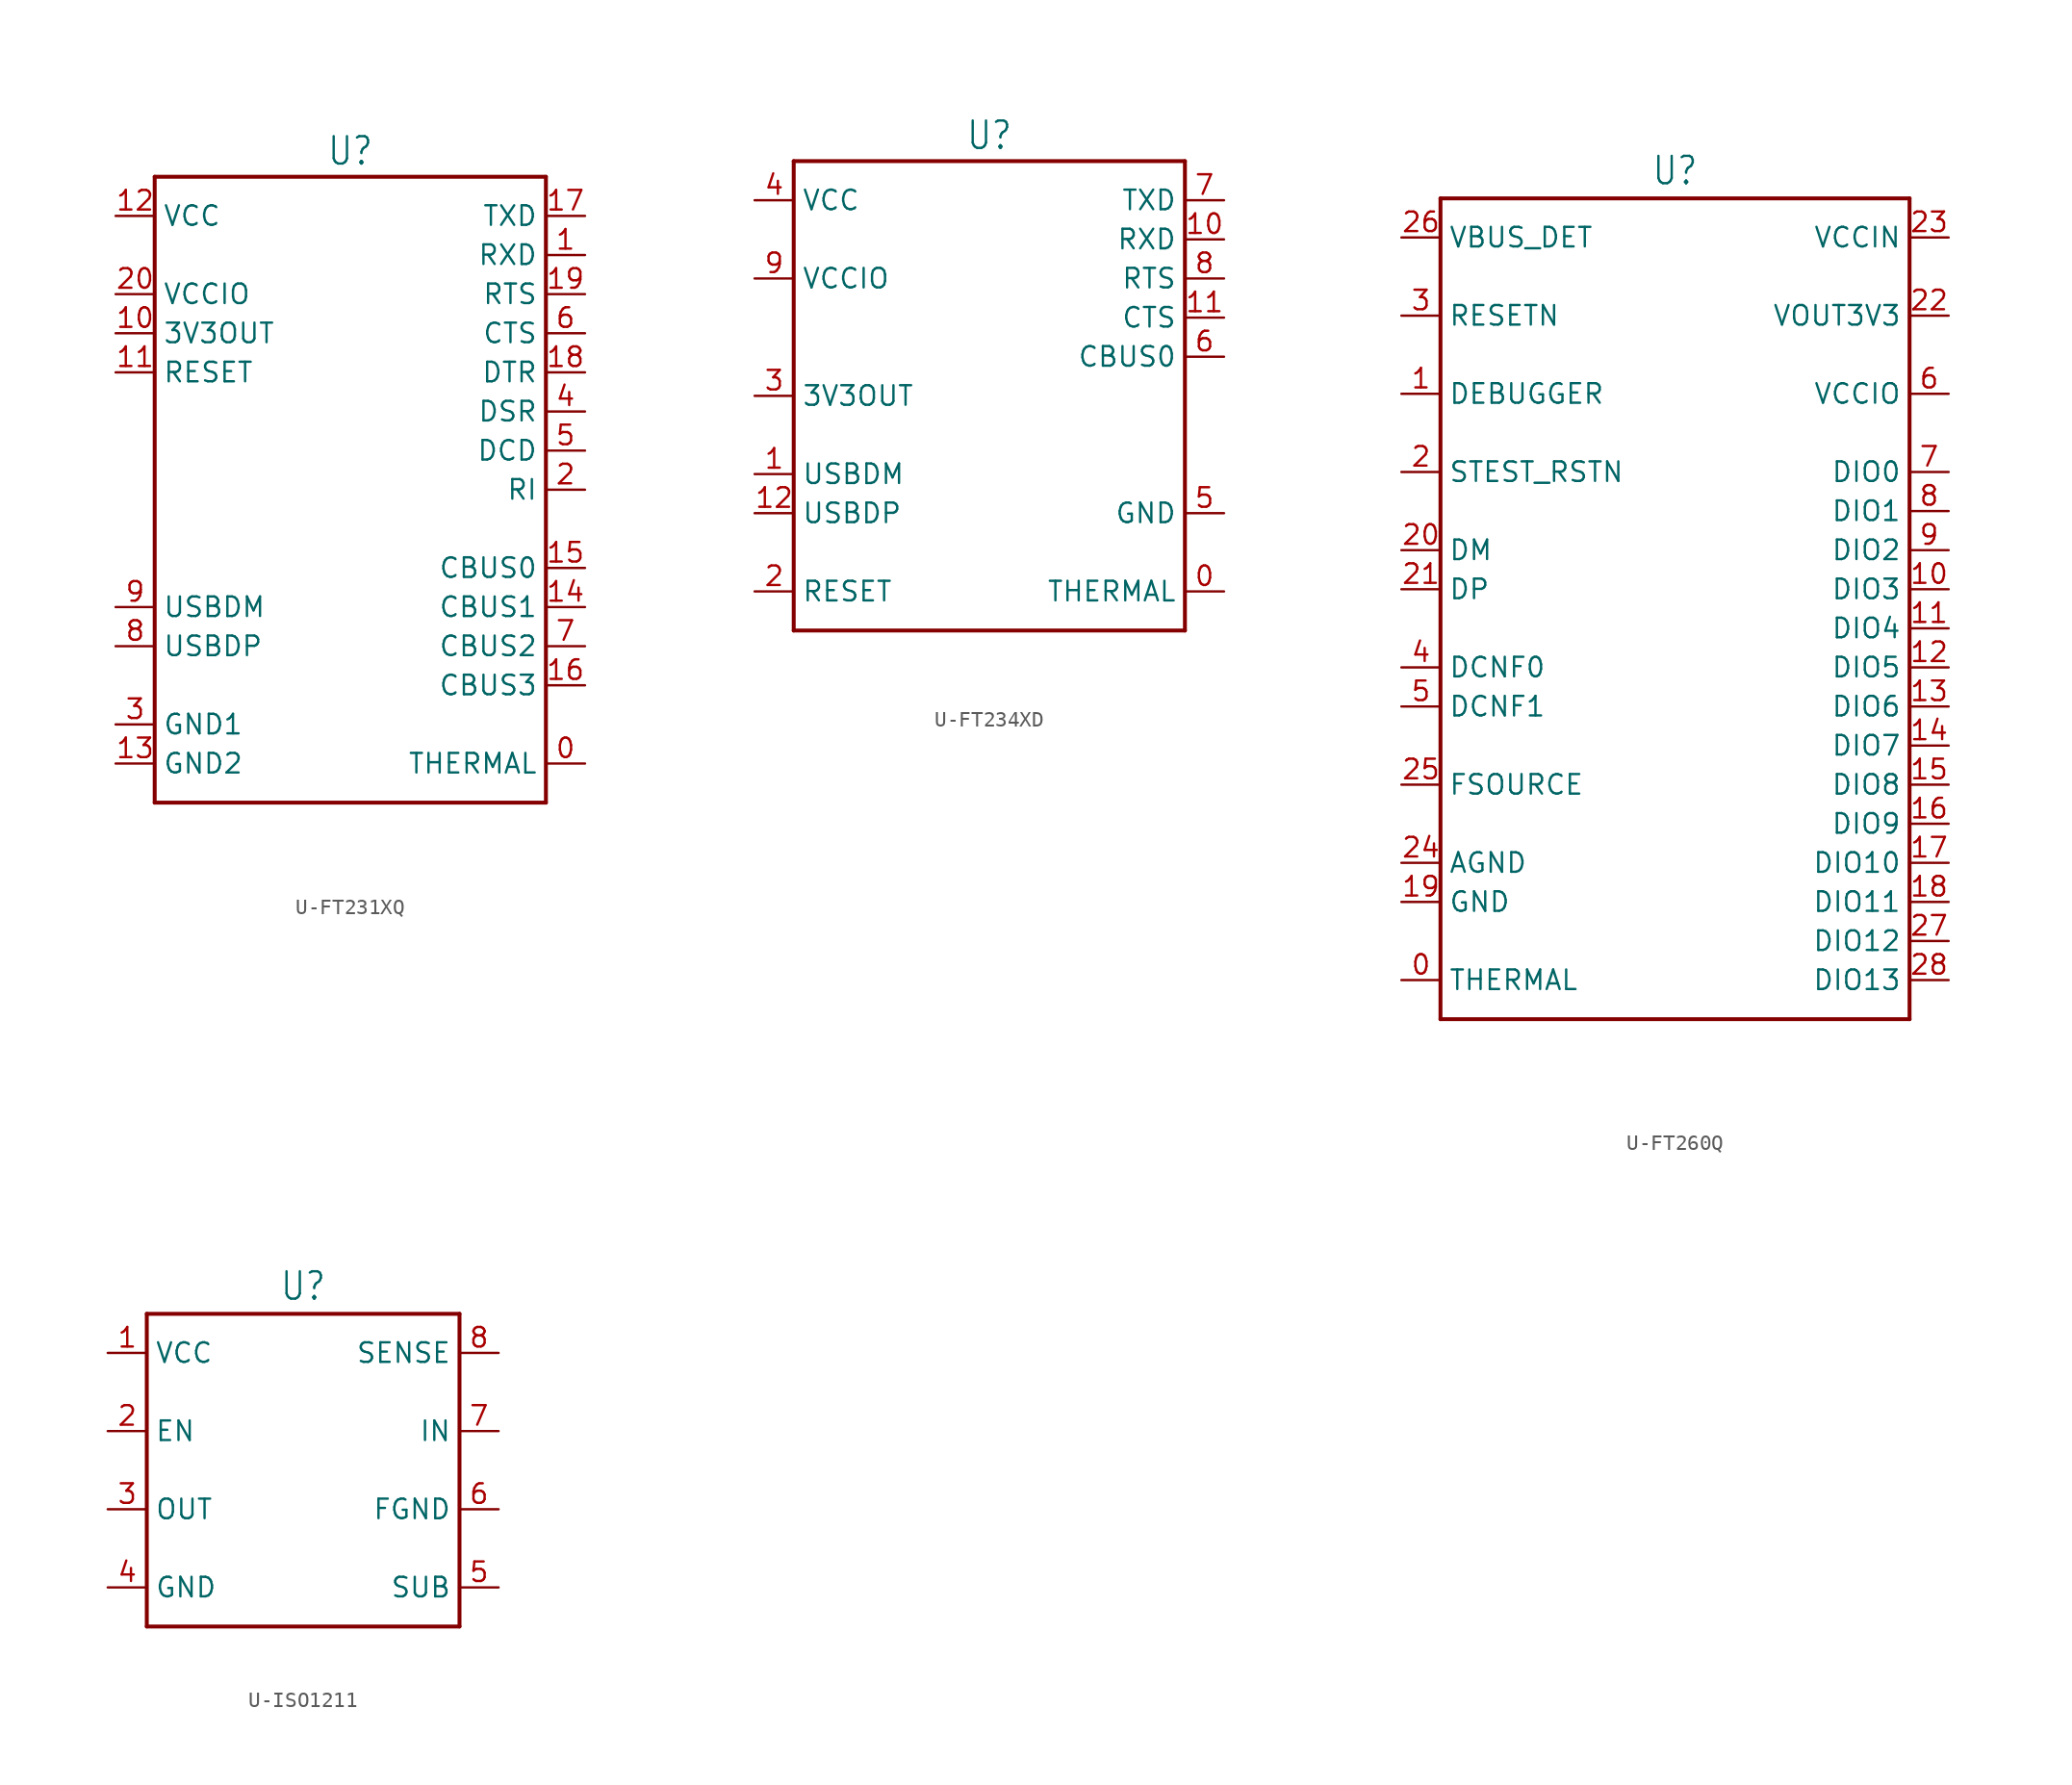
<source format=kicad_sym>
(kicad_symbol_lib
  (version 20231120)
  (generator "kicad_symbol_editor")
  (generator_version "8.0")
  (symbol "U-FT231XQ"
    (property "Reference" "U"
      (at 0 20.955 0)
      (effects (font (size 1.778 1.511)) (justify bottom)))
    (property "Value" ""
      (at 0 -21.082 0)
      (effects (font (size 1.778 1.511)) (justify top)))
    (property "ki_locked" ""
      (at 0 0 0)
      (effects (font (size 1.27 1.27))))
    (symbol "U-FT231XQ_1_0"
      (polyline (pts (xy -12.7 -20.32) (xy -12.7 20.32)) (stroke (width 0.254) (type solid)) (fill (type none)))
      (polyline (pts (xy -12.7 20.32) (xy 12.7 20.32)) (stroke (width 0.254) (type solid)) (fill (type none)))
      (polyline (pts (xy 12.7 -20.32) (xy -12.7 -20.32)) (stroke (width 0.254) (type solid)) (fill (type none)))
      (polyline (pts (xy 12.7 20.32) (xy 12.7 -20.32)) (stroke (width 0.254) (type solid)) (fill (type none)))
      (pin passive line (at 15.24 -17.78 180) (length 2.54) (name "THERMAL" (effects (font (size 1.27 1.27)))) (number "0" (effects (font (size 1.27 1.27)))))
      (pin passive line (at 15.24 15.24 180) (length 2.54) (name "RXD" (effects (font (size 1.27 1.27)))) (number "1" (effects (font (size 1.27 1.27)))))
      (pin passive line (at -15.24 10.16 0) (length 2.54) (name "3V3OUT" (effects (font (size 1.27 1.27)))) (number "10" (effects (font (size 1.27 1.27)))))
      (pin passive line (at -15.24 7.62 0) (length 2.54) (name "RESET" (effects (font (size 1.27 1.27)))) (number "11" (effects (font (size 1.27 1.27)))))
      (pin passive line (at -15.24 17.78 0) (length 2.54) (name "VCC" (effects (font (size 1.27 1.27)))) (number "12" (effects (font (size 1.27 1.27)))))
      (pin passive line (at -15.24 -17.78 0) (length 2.54) (name "GND2" (effects (font (size 1.27 1.27)))) (number "13" (effects (font (size 1.27 1.27)))))
      (pin passive line (at 15.24 -7.62 180) (length 2.54) (name "CBUS1" (effects (font (size 1.27 1.27)))) (number "14" (effects (font (size 1.27 1.27)))))
      (pin passive line (at 15.24 -5.08 180) (length 2.54) (name "CBUS0" (effects (font (size 1.27 1.27)))) (number "15" (effects (font (size 1.27 1.27)))))
      (pin passive line (at 15.24 -12.7 180) (length 2.54) (name "CBUS3" (effects (font (size 1.27 1.27)))) (number "16" (effects (font (size 1.27 1.27)))))
      (pin passive line (at 15.24 17.78 180) (length 2.54) (name "TXD" (effects (font (size 1.27 1.27)))) (number "17" (effects (font (size 1.27 1.27)))))
      (pin passive line (at 15.24 7.62 180) (length 2.54) (name "DTR" (effects (font (size 1.27 1.27)))) (number "18" (effects (font (size 1.27 1.27)))))
      (pin passive line (at 15.24 12.7 180) (length 2.54) (name "RTS" (effects (font (size 1.27 1.27)))) (number "19" (effects (font (size 1.27 1.27)))))
      (pin passive line (at 15.24 0 180) (length 2.54) (name "RI" (effects (font (size 1.27 1.27)))) (number "2" (effects (font (size 1.27 1.27)))))
      (pin passive line (at -15.24 12.7 0) (length 2.54) (name "VCCIO" (effects (font (size 1.27 1.27)))) (number "20" (effects (font (size 1.27 1.27)))))
      (pin passive line (at -15.24 -15.24 0) (length 2.54) (name "GND1" (effects (font (size 1.27 1.27)))) (number "3" (effects (font (size 1.27 1.27)))))
      (pin passive line (at 15.24 5.08 180) (length 2.54) (name "DSR" (effects (font (size 1.27 1.27)))) (number "4" (effects (font (size 1.27 1.27)))))
      (pin passive line (at 15.24 2.54 180) (length 2.54) (name "DCD" (effects (font (size 1.27 1.27)))) (number "5" (effects (font (size 1.27 1.27)))))
      (pin passive line (at 15.24 10.16 180) (length 2.54) (name "CTS" (effects (font (size 1.27 1.27)))) (number "6" (effects (font (size 1.27 1.27)))))
      (pin passive line (at 15.24 -10.16 180) (length 2.54) (name "CBUS2" (effects (font (size 1.27 1.27)))) (number "7" (effects (font (size 1.27 1.27)))))
      (pin passive line (at -15.24 -10.16 0) (length 2.54) (name "USBDP" (effects (font (size 1.27 1.27)))) (number "8" (effects (font (size 1.27 1.27)))))
      (pin passive line (at -15.24 -7.62 0) (length 2.54) (name "USBDM" (effects (font (size 1.27 1.27)))) (number "9" (effects (font (size 1.27 1.27)))))))
  (symbol "U-FT234XD"
    (property "Reference" "U"
      (at 0 15.875 0)
      (effects (font (size 1.778 1.511)) (justify bottom)))
    (property "Value" ""
      (at 0 -16.002 0)
      (effects (font (size 1.778 1.511)) (justify top)))
    (property "ki_locked" ""
      (at 0 0 0)
      (effects (font (size 1.27 1.27))))
    (symbol "U-FT234XD_1_0"
      (polyline (pts (xy -12.7 -15.24) (xy -12.7 15.24)) (stroke (width 0.254) (type solid)) (fill (type none)))
      (polyline (pts (xy -12.7 15.24) (xy 12.7 15.24)) (stroke (width 0.254) (type solid)) (fill (type none)))
      (polyline (pts (xy 12.7 -15.24) (xy -12.7 -15.24)) (stroke (width 0.254) (type solid)) (fill (type none)))
      (polyline (pts (xy 12.7 15.24) (xy 12.7 -15.24)) (stroke (width 0.254) (type solid)) (fill (type none)))
      (pin passive line (at 15.24 -12.7 180) (length 2.54) (name "THERMAL" (effects (font (size 1.27 1.27)))) (number "0" (effects (font (size 1.27 1.27)))))
      (pin passive line (at -15.24 -5.08 0) (length 2.54) (name "USBDM" (effects (font (size 1.27 1.27)))) (number "1" (effects (font (size 1.27 1.27)))))
      (pin passive line (at 15.24 10.16 180) (length 2.54) (name "RXD" (effects (font (size 1.27 1.27)))) (number "10" (effects (font (size 1.27 1.27)))))
      (pin passive line (at 15.24 5.08 180) (length 2.54) (name "CTS" (effects (font (size 1.27 1.27)))) (number "11" (effects (font (size 1.27 1.27)))))
      (pin passive line (at -15.24 -7.62 0) (length 2.54) (name "USBDP" (effects (font (size 1.27 1.27)))) (number "12" (effects (font (size 1.27 1.27)))))
      (pin passive line (at -15.24 -12.7 0) (length 2.54) (name "RESET" (effects (font (size 1.27 1.27)))) (number "2" (effects (font (size 1.27 1.27)))))
      (pin passive line (at -15.24 0 0) (length 2.54) (name "3V3OUT" (effects (font (size 1.27 1.27)))) (number "3" (effects (font (size 1.27 1.27)))))
      (pin passive line (at -15.24 12.7 0) (length 2.54) (name "VCC" (effects (font (size 1.27 1.27)))) (number "4" (effects (font (size 1.27 1.27)))))
      (pin passive line (at 15.24 -7.62 180) (length 2.54) (name "GND" (effects (font (size 1.27 1.27)))) (number "5" (effects (font (size 1.27 1.27)))))
      (pin passive line (at 15.24 2.54 180) (length 2.54) (name "CBUS0" (effects (font (size 1.27 1.27)))) (number "6" (effects (font (size 1.27 1.27)))))
      (pin passive line (at 15.24 12.7 180) (length 2.54) (name "TXD" (effects (font (size 1.27 1.27)))) (number "7" (effects (font (size 1.27 1.27)))))
      (pin passive line (at 15.24 7.62 180) (length 2.54) (name "RTS" (effects (font (size 1.27 1.27)))) (number "8" (effects (font (size 1.27 1.27)))))
      (pin passive line (at -15.24 7.62 0) (length 2.54) (name "VCCIO" (effects (font (size 1.27 1.27)))) (number "9" (effects (font (size 1.27 1.27)))))))
  (symbol "U-FT260Q"
    (property "Reference" "U"
      (at 0 26.162 0)
      (effects (font (size 1.778 1.511)) (justify bottom)))
    (property "Value" ""
      (at 0 -28.702 0)
      (effects (font (size 1.778 1.511)) (justify top)))
    (property "ki_locked" ""
      (at 0 0 0)
      (effects (font (size 1.27 1.27))))
    (symbol "U-FT260Q_1_0"
      (polyline (pts (xy -15.24 -27.94) (xy -15.24 25.4)) (stroke (width 0.254) (type solid)) (fill (type none)))
      (polyline (pts (xy -15.24 25.4) (xy 15.24 25.4)) (stroke (width 0.254) (type solid)) (fill (type none)))
      (polyline (pts (xy 15.24 -27.94) (xy -15.24 -27.94)) (stroke (width 0.254) (type solid)) (fill (type none)))
      (polyline (pts (xy 15.24 25.4) (xy 15.24 -27.94)) (stroke (width 0.254) (type solid)) (fill (type none)))
      (pin passive line (at -17.78 -25.4 0) (length 2.54) (name "THERMAL" (effects (font (size 1.27 1.27)))) (number "0" (effects (font (size 1.27 1.27)))))
      (pin passive line (at -17.78 12.7 0) (length 2.54) (name "DEBUGGER" (effects (font (size 1.27 1.27)))) (number "1" (effects (font (size 1.27 1.27)))))
      (pin passive line (at 17.78 0 180) (length 2.54) (name "DIO3" (effects (font (size 1.27 1.27)))) (number "10" (effects (font (size 1.27 1.27)))))
      (pin passive line (at 17.78 -2.54 180) (length 2.54) (name "DIO4" (effects (font (size 1.27 1.27)))) (number "11" (effects (font (size 1.27 1.27)))))
      (pin passive line (at 17.78 -5.08 180) (length 2.54) (name "DIO5" (effects (font (size 1.27 1.27)))) (number "12" (effects (font (size 1.27 1.27)))))
      (pin passive line (at 17.78 -7.62 180) (length 2.54) (name "DIO6" (effects (font (size 1.27 1.27)))) (number "13" (effects (font (size 1.27 1.27)))))
      (pin passive line (at 17.78 -10.16 180) (length 2.54) (name "DIO7" (effects (font (size 1.27 1.27)))) (number "14" (effects (font (size 1.27 1.27)))))
      (pin passive line (at 17.78 -12.7 180) (length 2.54) (name "DIO8" (effects (font (size 1.27 1.27)))) (number "15" (effects (font (size 1.27 1.27)))))
      (pin passive line (at 17.78 -15.24 180) (length 2.54) (name "DIO9" (effects (font (size 1.27 1.27)))) (number "16" (effects (font (size 1.27 1.27)))))
      (pin passive line (at 17.78 -17.78 180) (length 2.54) (name "DIO10" (effects (font (size 1.27 1.27)))) (number "17" (effects (font (size 1.27 1.27)))))
      (pin passive line (at 17.78 -20.32 180) (length 2.54) (name "DIO11" (effects (font (size 1.27 1.27)))) (number "18" (effects (font (size 1.27 1.27)))))
      (pin passive line (at -17.78 -20.32 0) (length 2.54) (name "GND" (effects (font (size 1.27 1.27)))) (number "19" (effects (font (size 1.27 1.27)))))
      (pin passive line (at -17.78 7.62 0) (length 2.54) (name "STEST_RSTN" (effects (font (size 1.27 1.27)))) (number "2" (effects (font (size 1.27 1.27)))))
      (pin passive line (at -17.78 2.54 0) (length 2.54) (name "DM" (effects (font (size 1.27 1.27)))) (number "20" (effects (font (size 1.27 1.27)))))
      (pin passive line (at -17.78 0 0) (length 2.54) (name "DP" (effects (font (size 1.27 1.27)))) (number "21" (effects (font (size 1.27 1.27)))))
      (pin passive line (at 17.78 17.78 180) (length 2.54) (name "VOUT3V3" (effects (font (size 1.27 1.27)))) (number "22" (effects (font (size 1.27 1.27)))))
      (pin passive line (at 17.78 22.86 180) (length 2.54) (name "VCCIN" (effects (font (size 1.27 1.27)))) (number "23" (effects (font (size 1.27 1.27)))))
      (pin passive line (at -17.78 -17.78 0) (length 2.54) (name "AGND" (effects (font (size 1.27 1.27)))) (number "24" (effects (font (size 1.27 1.27)))))
      (pin passive line (at -17.78 -12.7 0) (length 2.54) (name "FSOURCE" (effects (font (size 1.27 1.27)))) (number "25" (effects (font (size 1.27 1.27)))))
      (pin passive line (at -17.78 22.86 0) (length 2.54) (name "VBUS_DET" (effects (font (size 1.27 1.27)))) (number "26" (effects (font (size 1.27 1.27)))))
      (pin passive line (at 17.78 -22.86 180) (length 2.54) (name "DIO12" (effects (font (size 1.27 1.27)))) (number "27" (effects (font (size 1.27 1.27)))))
      (pin passive line (at 17.78 -25.4 180) (length 2.54) (name "DIO13" (effects (font (size 1.27 1.27)))) (number "28" (effects (font (size 1.27 1.27)))))
      (pin passive line (at -17.78 17.78 0) (length 2.54) (name "RESETN" (effects (font (size 1.27 1.27)))) (number "3" (effects (font (size 1.27 1.27)))))
      (pin passive line (at -17.78 -5.08 0) (length 2.54) (name "DCNF0" (effects (font (size 1.27 1.27)))) (number "4" (effects (font (size 1.27 1.27)))))
      (pin passive line (at -17.78 -7.62 0) (length 2.54) (name "DCNF1" (effects (font (size 1.27 1.27)))) (number "5" (effects (font (size 1.27 1.27)))))
      (pin passive line (at 17.78 12.7 180) (length 2.54) (name "VCCIO" (effects (font (size 1.27 1.27)))) (number "6" (effects (font (size 1.27 1.27)))))
      (pin passive line (at 17.78 7.62 180) (length 2.54) (name "DIO0" (effects (font (size 1.27 1.27)))) (number "7" (effects (font (size 1.27 1.27)))))
      (pin passive line (at 17.78 5.08 180) (length 2.54) (name "DIO1" (effects (font (size 1.27 1.27)))) (number "8" (effects (font (size 1.27 1.27)))))
      (pin passive line (at 17.78 2.54 180) (length 2.54) (name "DIO2" (effects (font (size 1.27 1.27)))) (number "9" (effects (font (size 1.27 1.27)))))))
  (symbol "U-ISO1211"
    (property "Reference" "U"
      (at 0 10.922 0)
      (effects (font (size 1.778 1.511)) (justify bottom)))
    (property "Value" ""
      (at 0 -10.922 0)
      (effects (font (size 1.778 1.511)) (justify top)))
    (property "ki_locked" ""
      (at 0 0 0)
      (effects (font (size 1.27 1.27))))
    (symbol "U-ISO1211_1_0"
      (polyline (pts (xy -10.16 -10.16) (xy 10.16 -10.16)) (stroke (width 0.254) (type solid)) (fill (type none)))
      (polyline (pts (xy -10.16 10.16) (xy -10.16 -10.16)) (stroke (width 0.254) (type solid)) (fill (type none)))
      (polyline (pts (xy -10.16 10.16) (xy 10.16 10.16)) (stroke (width 0.254) (type solid)) (fill (type none)))
      (polyline (pts (xy 10.16 10.16) (xy 10.16 -10.16)) (stroke (width 0.254) (type solid)) (fill (type none)))
      (pin passive line (at -12.7 7.62 0) (length 2.54) (name "VCC" (effects (font (size 1.27 1.27)))) (number "1" (effects (font (size 1.27 1.27)))))
      (pin passive line (at -12.7 2.54 0) (length 2.54) (name "EN" (effects (font (size 1.27 1.27)))) (number "2" (effects (font (size 1.27 1.27)))))
      (pin passive line (at -12.7 -2.54 0) (length 2.54) (name "OUT" (effects (font (size 1.27 1.27)))) (number "3" (effects (font (size 1.27 1.27)))))
      (pin passive line (at -12.7 -7.62 0) (length 2.54) (name "GND" (effects (font (size 1.27 1.27)))) (number "4" (effects (font (size 1.27 1.27)))))
      (pin passive line (at 12.7 -7.62 180) (length 2.54) (name "SUB" (effects (font (size 1.27 1.27)))) (number "5" (effects (font (size 1.27 1.27)))))
      (pin passive line (at 12.7 -2.54 180) (length 2.54) (name "FGND" (effects (font (size 1.27 1.27)))) (number "6" (effects (font (size 1.27 1.27)))))
      (pin passive line (at 12.7 2.54 180) (length 2.54) (name "IN" (effects (font (size 1.27 1.27)))) (number "7" (effects (font (size 1.27 1.27)))))
      (pin passive line (at 12.7 7.62 180) (length 2.54) (name "SENSE" (effects (font (size 1.27 1.27)))) (number "8" (effects (font (size 1.27 1.27))))))))
</source>
